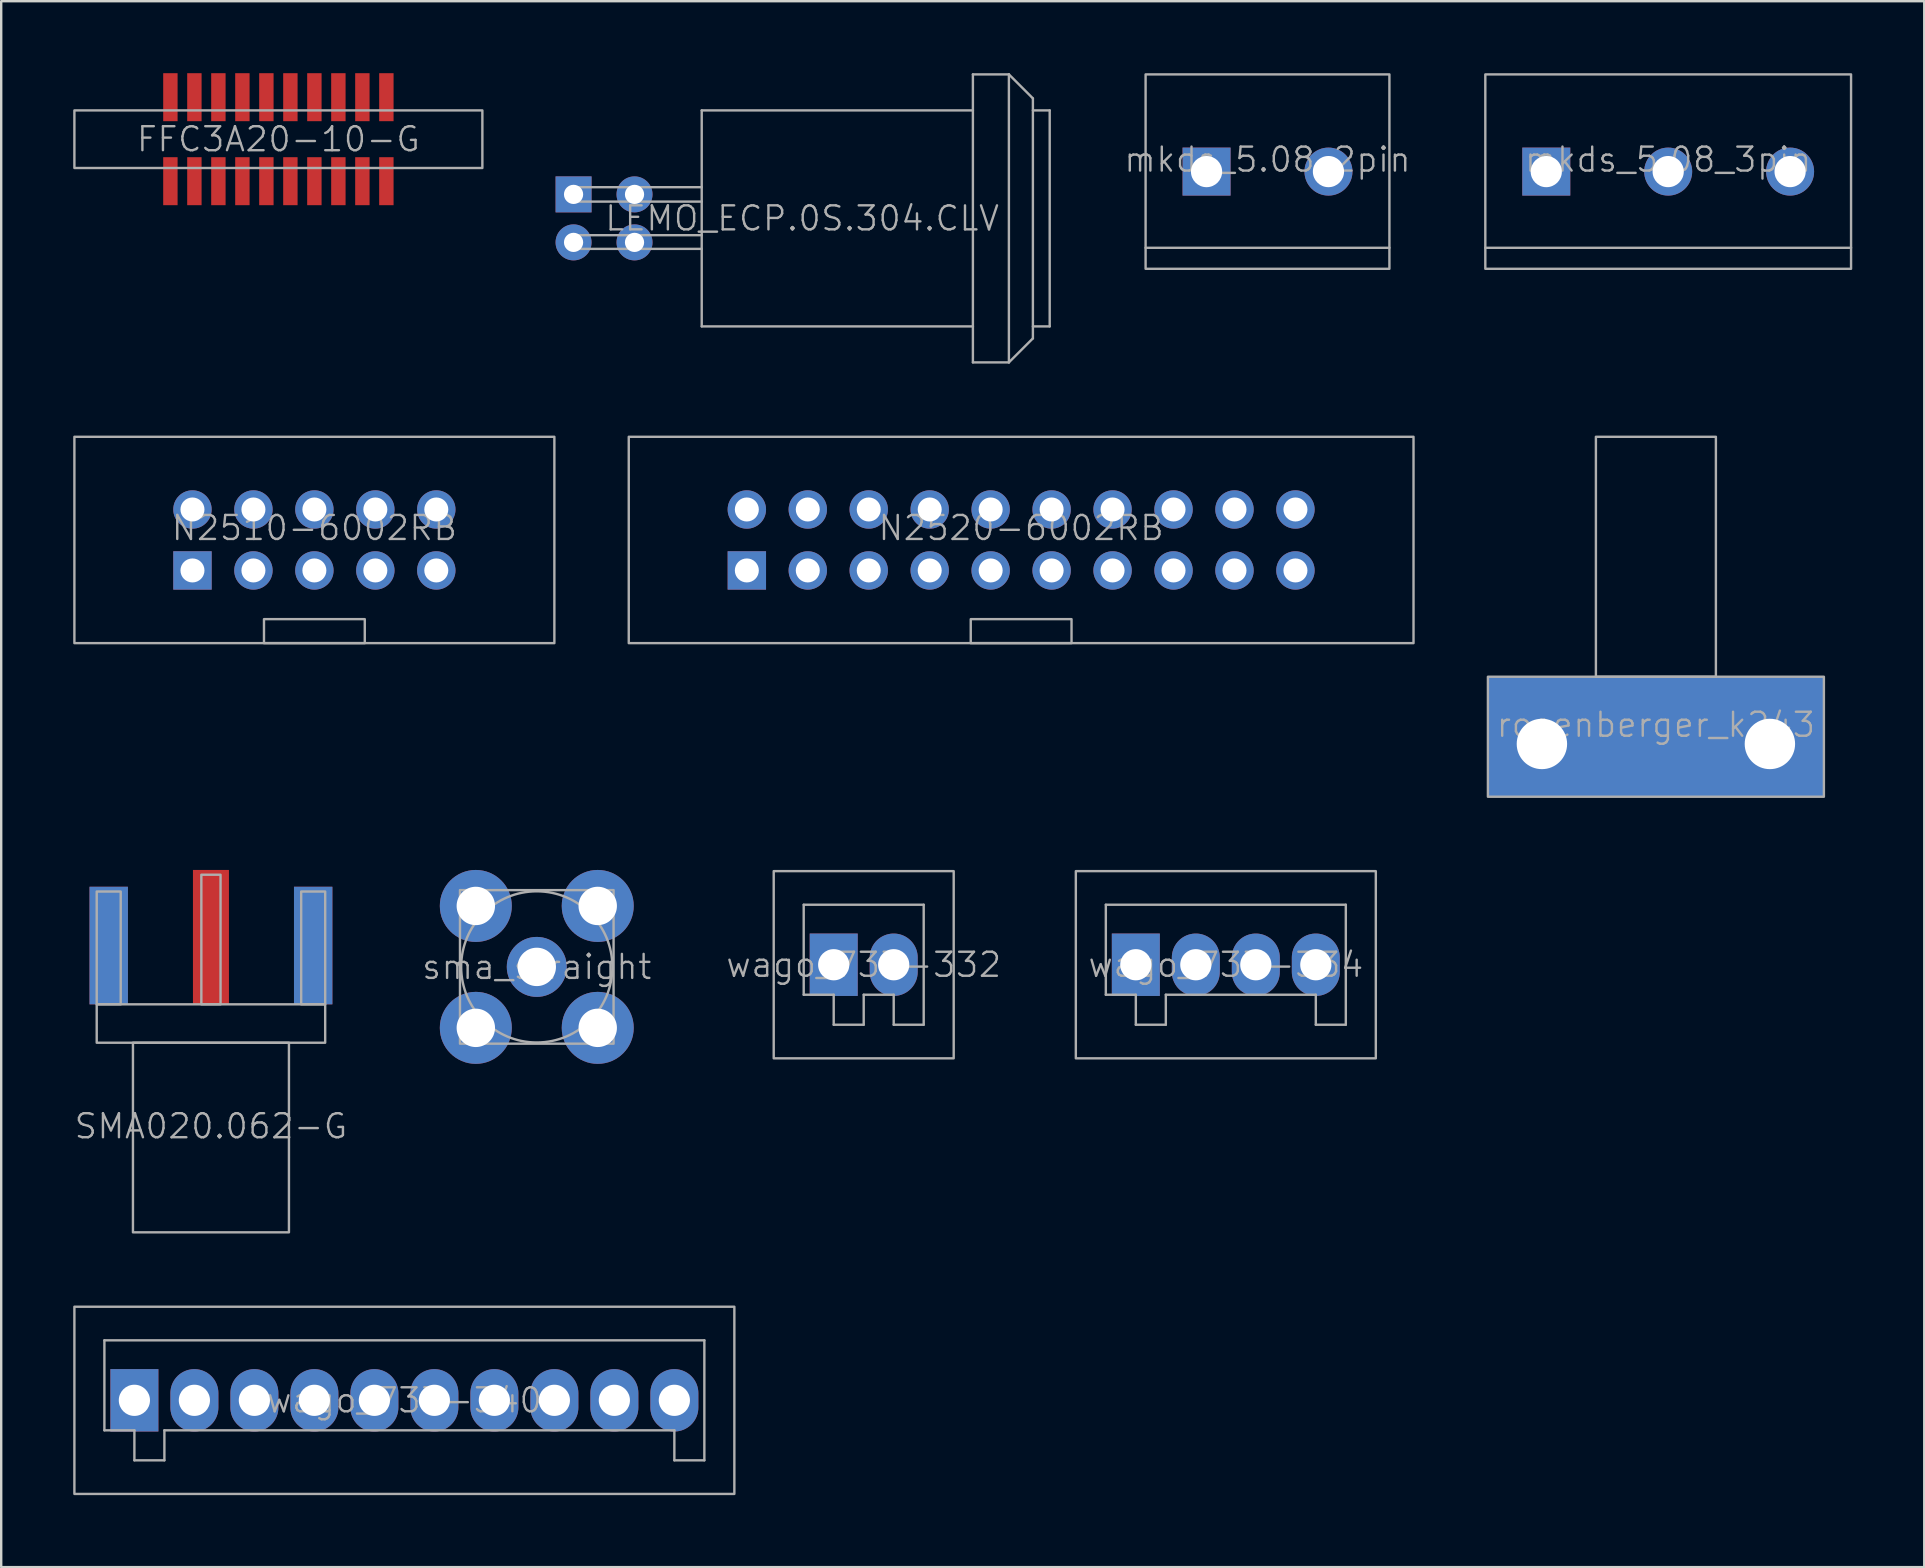
<source format=kicad_pcb>
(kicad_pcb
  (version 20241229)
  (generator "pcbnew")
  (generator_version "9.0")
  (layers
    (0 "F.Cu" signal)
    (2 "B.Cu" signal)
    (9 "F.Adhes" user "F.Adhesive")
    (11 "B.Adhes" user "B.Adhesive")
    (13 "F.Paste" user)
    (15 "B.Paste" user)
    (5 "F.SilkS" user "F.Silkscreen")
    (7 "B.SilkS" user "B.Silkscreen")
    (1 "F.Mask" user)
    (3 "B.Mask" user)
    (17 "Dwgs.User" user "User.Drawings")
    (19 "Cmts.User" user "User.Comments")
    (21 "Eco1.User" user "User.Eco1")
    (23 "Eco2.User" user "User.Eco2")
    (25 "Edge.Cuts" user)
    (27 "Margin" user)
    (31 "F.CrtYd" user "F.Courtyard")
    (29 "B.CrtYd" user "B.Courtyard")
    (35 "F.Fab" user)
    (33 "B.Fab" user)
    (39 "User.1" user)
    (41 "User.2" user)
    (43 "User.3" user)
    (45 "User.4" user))
  (footprint "SMA020.062-G"
    (layer "F.Cu")
    (at 5.74 38.8)
    (property "Reference" "SMA020.062-G" (at 0 5.08 0) (unlocked yes) (layer "F.Fab") (effects (font (size 1 1) (thickness 0.1))))
    (attr smd)
    (fp_rect (start -4.76 -4.7) (end -3.76 0) (stroke (width 0.1) (type default)) (fill no) (layer "F.Fab"))
    (fp_rect (start -4.76 0) (end 4.76 1.6) (stroke (width 0.1) (type default)) (fill no) (layer "F.Fab"))
    (fp_rect (start -3.25 1.6) (end 3.25 9.5) (stroke (width 0.1) (type default)) (fill no) (layer "F.Fab"))
    (fp_rect (start -0.4 -5.4) (end 0.4 0) (stroke (width 0.1) (type default)) (fill no) (layer "F.Fab"))
    (fp_rect (start 3.76 -4.7) (end 4.76 0) (stroke (width 0.1) (type default)) (fill no) (layer "F.Fab"))
    (pad "1" smd rect (at 0 -2.8) (size 1.5 5.6) (layers "F.Cu" "F.Mask" "F.Paste"))
    (pad "2" smd rect (at -4.26 -2.45) (size 1.6 4.9) (layers "F.Cu" "F.Mask" "F.Paste"))
    (pad "2" smd rect (at -4.26 -2.45) (size 1.6 4.9) (layers "B.Cu" "B.Mask" "B.Paste"))
    (pad "2" smd rect (at 4.26 -2.45) (size 1.6 4.9) (layers "F.Cu" "F.Mask" "F.Paste"))
    (pad "2" smd rect (at 4.26 -2.45) (size 1.6 4.9) (layers "B.Cu" "B.Mask" "B.Paste")))
  (footprint "wago_733-340"
    (layer "F.Cu")
    (at 13.8 55.3)
    (property "Reference" "wago_733-340" (at 0 0 0) (unlocked yes) (layer "F.Fab") (effects (font (size 1 1) (thickness 0.1))))
    (attr through_hole)
    (fp_line (start -12.5 -2.5) (end -12.5 1.25) (stroke (width 0.1) (type default)) (layer "F.Fab"))
    (fp_line (start -12.5 1.25) (end -11.25 1.25) (stroke (width 0.1) (type default)) (layer "F.Fab"))
    (fp_line (start -11.25 1.25) (end -11.25 2.5) (stroke (width 0.1) (type default)) (layer "F.Fab"))
    (fp_line (start -11.25 2.5) (end -10 2.5) (stroke (width 0.1) (type default)) (layer "F.Fab"))
    (fp_line (start -10 1.25) (end 11.25 1.25) (stroke (width 0.1) (type default)) (layer "F.Fab"))
    (fp_line (start -10 2.5) (end -10 1.25) (stroke (width 0.1) (type default)) (layer "F.Fab"))
    (fp_line (start 11.25 1.25) (end 11.25 2.5) (stroke (width 0.1) (type default)) (layer "F.Fab"))
    (fp_line (start 11.25 2.5) (end 12.5 2.5) (stroke (width 0.1) (type default)) (layer "F.Fab"))
    (fp_line (start 12.5 -2.5) (end -12.5 -2.5) (stroke (width 0.1) (type default)) (layer "F.Fab"))
    (fp_line (start 12.5 2.5) (end 12.5 -2.5) (stroke (width 0.1) (type default)) (layer "F.Fab"))
    (fp_rect (start -13.75 3.9) (end 13.75 -3.9) (stroke (width 0.1) (type default)) (fill no) (layer "F.Fab"))
    (pad "1" thru_hole rect (at -11.25 0) (size 2 2.6) (drill 1.3) (layers "*.Cu" "*.Mask"))
    (pad "2" thru_hole oval (at -8.75 0) (size 2 2.6) (drill 1.3) (layers "*.Cu" "*.Mask"))
    (pad "3" thru_hole oval (at -6.25 0) (size 2 2.6) (drill 1.3) (layers "*.Cu" "*.Mask"))
    (pad "4" thru_hole oval (at -3.75 0) (size 2 2.6) (drill 1.3) (layers "*.Cu" "*.Mask"))
    (pad "5" thru_hole oval (at -1.25 0) (size 2 2.6) (drill 1.3) (layers "*.Cu" "*.Mask"))
    (pad "6" thru_hole oval (at 1.25 0) (size 2 2.6) (drill 1.3) (layers "*.Cu" "*.Mask"))
    (pad "7" thru_hole oval (at 3.75 0) (size 2 2.6) (drill 1.3) (layers "*.Cu" "*.Mask"))
    (pad "8" thru_hole oval (at 6.25 0) (size 2 2.6) (drill 1.3) (layers "*.Cu" "*.Mask"))
    (pad "9" thru_hole oval (at 8.75 0) (size 2 2.6) (drill 1.3) (layers "*.Cu" "*.Mask"))
    (pad "10" thru_hole oval (at 11.25 0) (size 2 2.6) (drill 1.3) (layers "*.Cu" "*.Mask")))
  (footprint "FFC3A20-10-G"
    (layer "F.Cu")
    (at 8.55 2.75)
    (property "Reference" "FFC3A20-10-G" (at 0 0 0) (unlocked yes) (layer "F.Fab") (effects (font (size 1 1) (thickness 0.1))))
    (attr smd)
    (fp_rect (start -8.5 1.2) (end 8.5 -1.2) (stroke (width 0.1) (type default)) (fill no) (layer "F.Fab"))
    (pad "1" smd rect (at -4.5 -1.75) (size 0.6 2) (layers "F.Cu" "F.Mask" "F.Paste"))
    (pad "1" smd rect (at -4.5 1.75) (size 0.6 2) (layers "F.Cu" "F.Mask" "F.Paste"))
    (pad "2" smd rect (at -3.5 -1.75) (size 0.6 2) (layers "F.Cu" "F.Mask" "F.Paste"))
    (pad "2" smd rect (at -3.5 1.75) (size 0.6 2) (layers "F.Cu" "F.Mask" "F.Paste"))
    (pad "3" smd rect (at -2.5 -1.75) (size 0.6 2) (layers "F.Cu" "F.Mask" "F.Paste"))
    (pad "3" smd rect (at -2.5 1.75) (size 0.6 2) (layers "F.Cu" "F.Mask" "F.Paste"))
    (pad "4" smd rect (at -1.5 -1.75) (size 0.6 2) (layers "F.Cu" "F.Mask" "F.Paste"))
    (pad "4" smd rect (at -1.5 1.75) (size 0.6 2) (layers "F.Cu" "F.Mask" "F.Paste"))
    (pad "5" smd rect (at -0.5 -1.75) (size 0.6 2) (layers "F.Cu" "F.Mask" "F.Paste"))
    (pad "5" smd rect (at -0.5 1.75) (size 0.6 2) (layers "F.Cu" "F.Mask" "F.Paste"))
    (pad "6" smd rect (at 0.5 -1.75) (size 0.6 2) (layers "F.Cu" "F.Mask" "F.Paste"))
    (pad "6" smd rect (at 0.5 1.75) (size 0.6 2) (layers "F.Cu" "F.Mask" "F.Paste"))
    (pad "7" smd rect (at 1.5 -1.75) (size 0.6 2) (layers "F.Cu" "F.Mask" "F.Paste"))
    (pad "7" smd rect (at 1.5 1.75) (size 0.6 2) (layers "F.Cu" "F.Mask" "F.Paste"))
    (pad "8" smd rect (at 2.5 -1.75) (size 0.6 2) (layers "F.Cu" "F.Mask" "F.Paste"))
    (pad "8" smd rect (at 2.5 1.75) (size 0.6 2) (layers "F.Cu" "F.Mask" "F.Paste"))
    (pad "9" smd rect (at 3.5 -1.75) (size 0.6 2) (layers "F.Cu" "F.Mask" "F.Paste"))
    (pad "9" smd rect (at 3.5 1.75) (size 0.6 2) (layers "F.Cu" "F.Mask" "F.Paste"))
    (pad "10" smd rect (at 4.5 -1.75) (size 0.6 2) (layers "F.Cu" "F.Mask" "F.Paste"))
    (pad "10" smd rect (at 4.5 1.75) (size 0.6 2) (layers "F.Cu" "F.Mask" "F.Paste")))
  (footprint "N2520-6002RB"
    (layer "F.Cu")
    (at 39.5 19.45)
    (property "Reference" "N2520-6002RB" (at 0 -0.5 0) (unlocked yes) (layer "F.Fab") (effects (font (size 1 1) (thickness 0.1))))
    (attr through_hole)
    (fp_rect (start -16.35 4.3) (end 16.35 -4.3) (stroke (width 0.1) (type default)) (fill no) (layer "F.Fab"))
    (fp_rect (start -2.1 4.3) (end 2.1 3.3) (stroke (width 0.1) (type default)) (fill no) (layer "F.Fab"))
    (pad "1" thru_hole rect (at -11.43 1.27) (size 1.6 1.6) (drill 1) (layers "*.Cu" "*.Mask"))
    (pad "2" thru_hole circle (at -11.43 -1.27) (size 1.6 1.6) (drill 1) (layers "*.Cu" "*.Mask"))
    (pad "3" thru_hole circle (at -8.89 1.27) (size 1.6 1.6) (drill 1) (layers "*.Cu" "*.Mask"))
    (pad "4" thru_hole circle (at -8.89 -1.27) (size 1.6 1.6) (drill 1) (layers "*.Cu" "*.Mask"))
    (pad "5" thru_hole circle (at -6.35 1.27) (size 1.6 1.6) (drill 1) (layers "*.Cu" "*.Mask"))
    (pad "6" thru_hole circle (at -6.35 -1.27) (size 1.6 1.6) (drill 1) (layers "*.Cu" "*.Mask"))
    (pad "7" thru_hole circle (at -3.81 1.27) (size 1.6 1.6) (drill 1) (layers "*.Cu" "*.Mask"))
    (pad "8" thru_hole circle (at -3.81 -1.27) (size 1.6 1.6) (drill 1) (layers "*.Cu" "*.Mask"))
    (pad "9" thru_hole circle (at -1.27 1.27) (size 1.6 1.6) (drill 1) (layers "*.Cu" "*.Mask"))
    (pad "10" thru_hole circle (at -1.27 -1.27) (size 1.6 1.6) (drill 1) (layers "*.Cu" "*.Mask"))
    (pad "11" thru_hole circle (at 1.27 1.27) (size 1.6 1.6) (drill 1) (layers "*.Cu" "*.Mask"))
    (pad "12" thru_hole circle (at 1.27 -1.27) (size 1.6 1.6) (drill 1) (layers "*.Cu" "*.Mask"))
    (pad "13" thru_hole circle (at 3.81 1.27) (size 1.6 1.6) (drill 1) (layers "*.Cu" "*.Mask"))
    (pad "14" thru_hole circle (at 3.81 -1.27) (size 1.6 1.6) (drill 1) (layers "*.Cu" "*.Mask"))
    (pad "15" thru_hole circle (at 6.35 1.27) (size 1.6 1.6) (drill 1) (layers "*.Cu" "*.Mask"))
    (pad "16" thru_hole circle (at 6.35 -1.27) (size 1.6 1.6) (drill 1) (layers "*.Cu" "*.Mask"))
    (pad "17" thru_hole circle (at 8.89 1.27) (size 1.6 1.6) (drill 1) (layers "*.Cu" "*.Mask"))
    (pad "18" thru_hole circle (at 8.89 -1.27) (size 1.6 1.6) (drill 1) (layers "*.Cu" "*.Mask"))
    (pad "19" thru_hole circle (at 11.43 1.27) (size 1.6 1.6) (drill 1) (layers "*.Cu" "*.Mask"))
    (pad "20" thru_hole circle (at 11.43 -1.27) (size 1.6 1.6) (drill 1) (layers "*.Cu" "*.Mask")))
  (footprint "wago_733-332"
    (layer "F.Cu")
    (at 32.94 37.15)
    (property "Reference" "wago_733-332" (at 0 0 0) (unlocked yes) (layer "F.Fab") (effects (font (size 1 1) (thickness 0.1))))
    (attr through_hole)
    (fp_line (start -2.5 -2.5) (end -2.5 1.25) (stroke (width 0.1) (type default)) (layer "F.Fab"))
    (fp_line (start -2.5 1.25) (end -1.25 1.25) (stroke (width 0.1) (type default)) (layer "F.Fab"))
    (fp_line (start -1.25 1.25) (end -1.25 2.5) (stroke (width 0.1) (type default)) (layer "F.Fab"))
    (fp_line (start -1.25 2.5) (end 0 2.5) (stroke (width 0.1) (type default)) (layer "F.Fab"))
    (fp_line (start 0 1.25) (end 1.25 1.25) (stroke (width 0.1) (type default)) (layer "F.Fab"))
    (fp_line (start 0 2.5) (end 0 1.25) (stroke (width 0.1) (type default)) (layer "F.Fab"))
    (fp_line (start 1.25 1.25) (end 1.25 2.5) (stroke (width 0.1) (type default)) (layer "F.Fab"))
    (fp_line (start 1.25 2.5) (end 2.5 2.5) (stroke (width 0.1) (type default)) (layer "F.Fab"))
    (fp_line (start 2.5 -2.5) (end -2.5 -2.5) (stroke (width 0.1) (type default)) (layer "F.Fab"))
    (fp_line (start 2.5 2.5) (end 2.5 -2.5) (stroke (width 0.1) (type default)) (layer "F.Fab"))
    (fp_rect (start -3.75 3.9) (end 3.75 -3.9) (stroke (width 0.1) (type default)) (fill no) (layer "F.Fab"))
    (pad "1" thru_hole rect (at -1.25 0) (size 2 2.6) (drill 1.3) (layers "*.Cu" "*.Mask"))
    (pad "2" thru_hole oval (at 1.25 0) (size 2 2.6) (drill 1.3) (layers "*.Cu" "*.Mask")))
  (footprint "sma_straight"
    (layer "F.Cu")
    (at 19.317 37.24)
    (property "Reference" "sma_straight" (at 0 0 0) (unlocked yes) (layer "F.Fab") (effects (font (size 1 1) (thickness 0.1))))
    (attr through_hole)
    (fp_rect (start -3.2 3.2) (end 3.2 -3.2) (stroke (width 0.1) (type default)) (fill no) (layer "F.Fab"))
    (fp_circle (center 0 0) (end 3.15 0) (stroke (width 0.1) (type default)) (fill no) (layer "F.Fab"))
    (pad "1" thru_hole circle (at 0 0) (size 2.5 2.5) (drill 1.6) (layers "*.Cu" "*.Mask"))
    (pad "2" thru_hole circle (at -2.54 -2.54) (size 3 3) (drill 1.6) (layers "*.Cu" "*.Mask"))
    (pad "2" thru_hole circle (at -2.54 2.54) (size 3 3) (drill 1.6) (layers "*.Cu" "*.Mask"))
    (pad "2" thru_hole circle (at 2.54 -2.54) (size 3 3) (drill 1.6) (layers "*.Cu" "*.Mask"))
    (pad "2" thru_hole circle (at 2.54 2.54) (size 3 3) (drill 1.6) (layers "*.Cu" "*.Mask")))
  (footprint "N2510-6002RB"
    (layer "F.Cu")
    (at 10.05 19.45)
    (property "Reference" "N2510-6002RB" (at 0 -0.5 0) (unlocked yes) (layer "F.Fab") (effects (font (size 1 1) (thickness 0.1))))
    (attr through_hole)
    (fp_rect (start -10 4.3) (end 10 -4.3) (stroke (width 0.1) (type default)) (fill no) (layer "F.Fab"))
    (fp_rect (start -2.1 4.3) (end 2.1 3.3) (stroke (width 0.1) (type default)) (fill no) (layer "F.Fab"))
    (pad "1" thru_hole rect (at -5.08 1.27) (size 1.6 1.6) (drill 1) (layers "*.Cu" "*.Mask"))
    (pad "2" thru_hole circle (at -5.08 -1.27) (size 1.6 1.6) (drill 1) (layers "*.Cu" "*.Mask"))
    (pad "3" thru_hole circle (at -2.54 1.27) (size 1.6 1.6) (drill 1) (layers "*.Cu" "*.Mask"))
    (pad "4" thru_hole circle (at -2.54 -1.27) (size 1.6 1.6) (drill 1) (layers "*.Cu" "*.Mask"))
    (pad "5" thru_hole circle (at 0 1.27) (size 1.6 1.6) (drill 1) (layers "*.Cu" "*.Mask"))
    (pad "6" thru_hole circle (at 0 -1.27) (size 1.6 1.6) (drill 1) (layers "*.Cu" "*.Mask"))
    (pad "7" thru_hole circle (at 2.54 1.27) (size 1.6 1.6) (drill 1) (layers "*.Cu" "*.Mask"))
    (pad "8" thru_hole circle (at 2.54 -1.27) (size 1.6 1.6) (drill 1) (layers "*.Cu" "*.Mask"))
    (pad "9" thru_hole circle (at 5.08 1.27) (size 1.6 1.6) (drill 1) (layers "*.Cu" "*.Mask"))
    (pad "10" thru_hole circle (at 5.08 -1.27) (size 1.6 1.6) (drill 1) (layers "*.Cu" "*.Mask")))
  (footprint "LEMO_ECP.0S.304.CLV"
    (layer "F.Cu")
    (at 22.12 6.05)
    (property "Reference" "LEMO_ECP.0S.304.CLV" (at 8.255 0 0) (unlocked yes) (layer "F.Fab") (effects (font (size 1 1) (thickness 0.1))))
    (attr through_hole)
    (fp_line (start -1.27 -1.3) (end -1.27 -0.7) (stroke (width 0.1) (type default)) (layer "F.Fab"))
    (fp_line (start -1.27 -1.3) (end 4.07 -1.3) (stroke (width 0.1) (type default)) (layer "F.Fab"))
    (fp_line (start -1.27 -0.7) (end 4.07 -0.7) (stroke (width 0.1) (type default)) (layer "F.Fab"))
    (fp_line (start -1.27 0.7) (end -1.27 1.27) (stroke (width 0.1) (type default)) (layer "F.Fab"))
    (fp_line (start -1.27 0.7) (end 4.07 0.7) (stroke (width 0.1) (type default)) (layer "F.Fab"))
    (fp_line (start -1.27 1.27) (end 4.07 1.27) (stroke (width 0.1) (type default)) (layer "F.Fab"))
    (fp_line (start 4.07 -4.5) (end 15.37 -4.5) (stroke (width 0.1) (type default)) (layer "F.Fab"))
    (fp_line (start 4.07 4.5) (end 4.07 -4.5) (stroke (width 0.1) (type default)) (layer "F.Fab"))
    (fp_line (start 4.07 4.5) (end 15.37 4.5) (stroke (width 0.1) (type default)) (layer "F.Fab"))
    (fp_line (start 15.37 6) (end 15.37 -6) (stroke (width 0.1) (type default)) (layer "F.Fab"))
    (fp_line (start 16.87 -6) (end 15.37 -6) (stroke (width 0.1) (type default)) (layer "F.Fab"))
    (fp_line (start 16.87 6) (end 15.37 6) (stroke (width 0.1) (type default)) (layer "F.Fab"))
    (fp_line (start 16.87 6) (end 16.87 -6) (stroke (width 0.1) (type default)) (layer "F.Fab"))
    (fp_line (start 17.87 -5) (end 16.87 -6) (stroke (width 0.1) (type default)) (layer "F.Fab"))
    (fp_line (start 17.87 5) (end 16.87 6) (stroke (width 0.1) (type default)) (layer "F.Fab"))
    (fp_line (start 17.87 5) (end 17.87 -5) (stroke (width 0.1) (type default)) (layer "F.Fab"))
    (fp_line (start 18.57 -4.5) (end 17.87 -4.5) (stroke (width 0.1) (type default)) (layer "F.Fab"))
    (fp_line (start 18.57 -4.5) (end 18.57 4.5) (stroke (width 0.1) (type default)) (layer "F.Fab"))
    (fp_line (start 18.57 4.5) (end 17.87 4.5) (stroke (width 0.1) (type default)) (layer "F.Fab"))
    (pad "1" thru_hole rect (at -1.27 -1) (size 1.5 1.5) (drill 0.8) (layers "*.Cu" "*.Paste" "*.Mask"))
    (pad "2" thru_hole circle (at -1.27 1) (size 1.5 1.5) (drill 0.8) (layers "*.Cu" "*.Paste" "*.Mask"))
    (pad "3" thru_hole circle (at 1.27 1) (size 1.5 1.5) (drill 0.8) (layers "*.Cu" "*.Paste" "*.Mask"))
    (pad "4" thru_hole circle (at 1.27 -1) (size 1.5 1.5) (drill 0.8) (layers "*.Cu" "*.Paste" "*.Mask")))
  (footprint "rosenberger_k243"
    (layer "F.Cu")
    (at 65.95 25.15)
    (property "Reference" "rosenberger_k243" (at 0 2 0) (unlocked yes) (layer "F.Fab") (effects (font (size 1 1) (thickness 0.1))))
    (attr through_hole)
    (fp_rect (start -7 5) (end 7 0) (stroke (width 0.1) (type default)) (fill no) (layer "F.Fab"))
    (fp_rect (start -2.5 0) (end 2.5 -10) (stroke (width 0.1) (type default)) (fill no) (layer "F.Fab"))
    (pad "1" smd rect (at 0 2.5) (size 0.48 5) (layers "F.Cu" "F.Mask" "F.Paste"))
    (pad "2" thru_hole circle (at -4.75 2.8) (size 2.6 2.6) (drill 2.1) (layers "*.Cu" "*.Mask"))
    (pad "2" smd rect (at -4 2.5) (size 6 5) (layers "F.Cu" "F.Mask"))
    (pad "2" smd rect (at 0 2.5) (size 14 5) (layers "B.Cu" "B.Mask"))
    (pad "2" smd rect (at 4 2.5) (size 6 5) (layers "F.Cu" "F.Mask"))
    (pad "2" thru_hole circle (at 4.75 2.8) (size 2.6 2.6) (drill 2.1) (layers "*.Cu" "*.Mask")))
  (footprint "mkds_5.08_3pin"
    (layer "F.Cu")
    (at 66.462 4.1)
    (property "Reference" "mkds_5.08_3pin" (at 0 -0.5 0) (unlocked yes) (layer "F.Fab") (effects (font (size 1 1) (thickness 0.1))))
    (attr through_hole)
    (fp_line (start -7.62 3.175) (end 7.62 3.175) (stroke (width 0.1) (type default)) (layer "F.Fab"))
    (fp_rect (start -7.62 4.05) (end 7.62 -4.05) (stroke (width 0.1) (type default)) (fill no) (layer "F.Fab"))
    (pad "1" thru_hole rect (at -5.08 0) (size 2 2) (drill 1.3) (layers "*.Cu" "*.Mask"))
    (pad "2" thru_hole circle (at 0 0) (size 2 2) (drill 1.3) (layers "*.Cu" "*.Mask"))
    (pad "3" thru_hole circle (at 5.08 0) (size 2 2) (drill 1.3) (layers "*.Cu" "*.Mask")))
  (footprint "mkds_5.08_2pin"
    (layer "F.Cu")
    (at 49.766 4.1)
    (property "Reference" "mkds_5.08_2pin" (at 0 -0.5 0) (unlocked yes) (layer "F.Fab") (effects (font (size 1 1) (thickness 0.1))))
    (attr through_hole)
    (fp_line (start -5.08 3.175) (end 5.08 3.175) (stroke (width 0.1) (type default)) (layer "F.Fab"))
    (fp_rect (start -5.08 4.05) (end 5.08 -4.05) (stroke (width 0.1) (type default)) (fill no) (layer "F.Fab"))
    (pad "1" thru_hole rect (at -2.54 0) (size 2 2) (drill 1.3) (layers "*.Cu" "*.Mask"))
    (pad "2" thru_hole circle (at 2.54 0) (size 2 2) (drill 1.3) (layers "*.Cu" "*.Mask")))
  (footprint "wago_733-334"
    (layer "F.Cu")
    (at 48.029 37.15)
    (property "Reference" "wago_733-334" (at 0 0 0) (unlocked yes) (layer "F.Fab") (effects (font (size 1 1) (thickness 0.1))))
    (attr through_hole)
    (fp_line (start -5 -2.5) (end -5 1.25) (stroke (width 0.1) (type default)) (layer "F.Fab"))
    (fp_line (start -5 1.25) (end -3.75 1.25) (stroke (width 0.1) (type default)) (layer "F.Fab"))
    (fp_line (start -3.75 1.25) (end -3.75 2.5) (stroke (width 0.1) (type default)) (layer "F.Fab"))
    (fp_line (start -3.75 2.5) (end -2.5 2.5) (stroke (width 0.1) (type default)) (layer "F.Fab"))
    (fp_line (start -2.5 1.25) (end 3.75 1.25) (stroke (width 0.1) (type default)) (layer "F.Fab"))
    (fp_line (start -2.5 2.5) (end -2.5 1.25) (stroke (width 0.1) (type default)) (layer "F.Fab"))
    (fp_line (start 3.75 1.25) (end 3.75 2.5) (stroke (width 0.1) (type default)) (layer "F.Fab"))
    (fp_line (start 3.75 2.5) (end 5 2.5) (stroke (width 0.1) (type default)) (layer "F.Fab"))
    (fp_line (start 5 -2.5) (end -5 -2.5) (stroke (width 0.1) (type default)) (layer "F.Fab"))
    (fp_line (start 5 2.5) (end 5 -2.5) (stroke (width 0.1) (type default)) (layer "F.Fab"))
    (fp_rect (start -6.25 3.9) (end 6.25 -3.9) (stroke (width 0.1) (type default)) (fill no) (layer "F.Fab"))
    (pad "1" thru_hole rect (at -3.75 0) (size 2 2.6) (drill 1.3) (layers "*.Cu" "*.Mask"))
    (pad "2" thru_hole oval (at -1.25 0) (size 2 2.6) (drill 1.3) (layers "*.Cu" "*.Mask"))
    (pad "3" thru_hole oval (at 1.25 0) (size 2 2.6) (drill 1.3) (layers "*.Cu" "*.Mask"))
    (pad "4" thru_hole oval (at 3.75 0) (size 2 2.6) (drill 1.3) (layers "*.Cu" "*.Mask")))
  (gr_rect
    (start -3 -3)
    (end 77.132 62.25)
    (stroke (width 0.1) (type default))
    (fill no)
    (layer "Edge.Cuts")))
</source>
